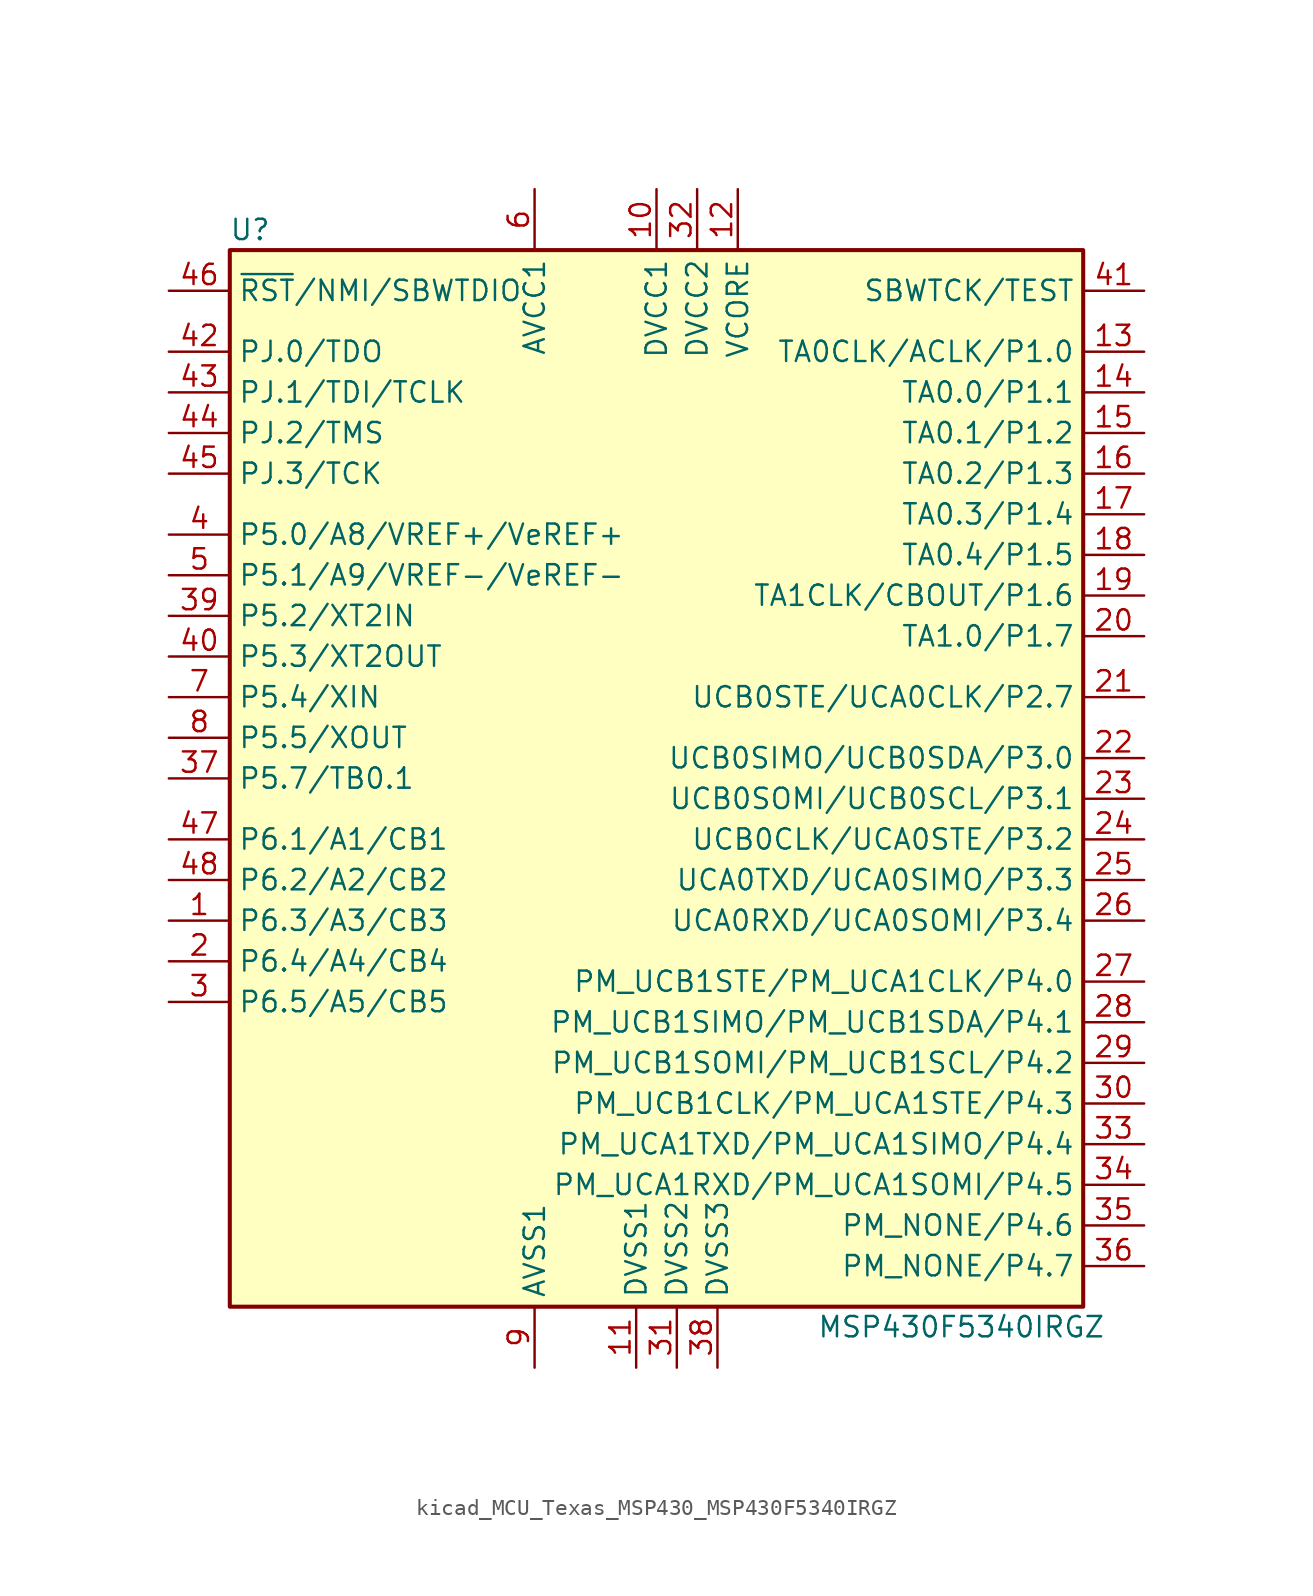
<source format=kicad_sym>
(kicad_symbol_lib
  (version 20220914)
  (generator kicad_symbol_editor)
  (symbol "kicad_MCU_Texas_MSP430_MSP430F5340IRGZ"
    (property "Reference" "U"
      (at -26.67 34.29 0)
      (effects (font (size 1.27 1.27))))
    (property "Value" "MSP430F5340IRGZ"
      (at 17.78 -34.29 0)
      (effects (font (size 1.27 1.27))))
    (symbol "kicad_MCU_Texas_MSP430_MSP430F5340IRGZ_0_1"
      (rectangle (start -27.94 33.02) (end 25.4 -33.02) (stroke (width 0.254) (type default)) (fill (type background))))
    (symbol "kicad_MCU_Texas_MSP430_MSP430F5340IRGZ_1_1"
      (pin bidirectional line (at -31.75 -8.89 0) (length 3.81) (name "P6.3/A3/CB3" (effects (font (size 1.27 1.27)))) (number "1" (effects (font (size 1.27 1.27)))))
      (pin power_in line (at -1.27 36.83 270) (length 3.81) (name "DVCC1" (effects (font (size 1.27 1.27)))) (number "10" (effects (font (size 1.27 1.27)))))
      (pin power_in line (at -2.54 -36.83 90) (length 3.81) (name "DVSS1" (effects (font (size 1.27 1.27)))) (number "11" (effects (font (size 1.27 1.27)))))
      (pin passive line (at 3.81 36.83 270) (length 3.81) (name "VCORE" (effects (font (size 1.27 1.27)))) (number "12" (effects (font (size 1.27 1.27)))))
      (pin bidirectional line (at 29.21 26.67 180) (length 3.81) (name "TA0CLK/ACLK/P1.0" (effects (font (size 1.27 1.27)))) (number "13" (effects (font (size 1.27 1.27)))))
      (pin bidirectional line (at 29.21 24.13 180) (length 3.81) (name "TA0.0/P1.1" (effects (font (size 1.27 1.27)))) (number "14" (effects (font (size 1.27 1.27)))))
      (pin bidirectional line (at 29.21 21.59 180) (length 3.81) (name "TA0.1/P1.2" (effects (font (size 1.27 1.27)))) (number "15" (effects (font (size 1.27 1.27)))))
      (pin bidirectional line (at 29.21 19.05 180) (length 3.81) (name "TA0.2/P1.3" (effects (font (size 1.27 1.27)))) (number "16" (effects (font (size 1.27 1.27)))))
      (pin bidirectional line (at 29.21 16.51 180) (length 3.81) (name "TA0.3/P1.4" (effects (font (size 1.27 1.27)))) (number "17" (effects (font (size 1.27 1.27)))))
      (pin bidirectional line (at 29.21 13.97 180) (length 3.81) (name "TA0.4/P1.5" (effects (font (size 1.27 1.27)))) (number "18" (effects (font (size 1.27 1.27)))))
      (pin bidirectional line (at 29.21 11.43 180) (length 3.81) (name "TA1CLK/CBOUT/P1.6" (effects (font (size 1.27 1.27)))) (number "19" (effects (font (size 1.27 1.27)))))
      (pin bidirectional line (at -31.75 -11.43 0) (length 3.81) (name "P6.4/A4/CB4" (effects (font (size 1.27 1.27)))) (number "2" (effects (font (size 1.27 1.27)))))
      (pin bidirectional line (at 29.21 8.89 180) (length 3.81) (name "TA1.0/P1.7" (effects (font (size 1.27 1.27)))) (number "20" (effects (font (size 1.27 1.27)))))
      (pin bidirectional line (at 29.21 5.08 180) (length 3.81) (name "UCB0STE/UCA0CLK/P2.7" (effects (font (size 1.27 1.27)))) (number "21" (effects (font (size 1.27 1.27)))))
      (pin bidirectional line (at 29.21 1.27 180) (length 3.81) (name "UCB0SIMO/UCB0SDA/P3.0" (effects (font (size 1.27 1.27)))) (number "22" (effects (font (size 1.27 1.27)))))
      (pin bidirectional line (at 29.21 -1.27 180) (length 3.81) (name "UCB0SOMI/UCB0SCL/P3.1" (effects (font (size 1.27 1.27)))) (number "23" (effects (font (size 1.27 1.27)))))
      (pin bidirectional line (at 29.21 -3.81 180) (length 3.81) (name "UCB0CLK/UCA0STE/P3.2" (effects (font (size 1.27 1.27)))) (number "24" (effects (font (size 1.27 1.27)))))
      (pin bidirectional line (at 29.21 -6.35 180) (length 3.81) (name "UCA0TXD/UCA0SIMO/P3.3" (effects (font (size 1.27 1.27)))) (number "25" (effects (font (size 1.27 1.27)))))
      (pin bidirectional line (at 29.21 -8.89 180) (length 3.81) (name "UCA0RXD/UCA0SOMI/P3.4" (effects (font (size 1.27 1.27)))) (number "26" (effects (font (size 1.27 1.27)))))
      (pin bidirectional line (at 29.21 -12.7 180) (length 3.81) (name "PM_UCB1STE/PM_UCA1CLK/P4.0" (effects (font (size 1.27 1.27)))) (number "27" (effects (font (size 1.27 1.27)))))
      (pin bidirectional line (at 29.21 -15.24 180) (length 3.81) (name "PM_UCB1SIMO/PM_UCB1SDA/P4.1" (effects (font (size 1.27 1.27)))) (number "28" (effects (font (size 1.27 1.27)))))
      (pin bidirectional line (at 29.21 -17.78 180) (length 3.81) (name "PM_UCB1SOMI/PM_UCB1SCL/P4.2" (effects (font (size 1.27 1.27)))) (number "29" (effects (font (size 1.27 1.27)))))
      (pin bidirectional line (at -31.75 -13.97 0) (length 3.81) (name "P6.5/A5/CB5" (effects (font (size 1.27 1.27)))) (number "3" (effects (font (size 1.27 1.27)))))
      (pin bidirectional line (at 29.21 -20.32 180) (length 3.81) (name "PM_UCB1CLK/PM_UCA1STE/P4.3" (effects (font (size 1.27 1.27)))) (number "30" (effects (font (size 1.27 1.27)))))
      (pin power_in line (at 0 -36.83 90) (length 3.81) (name "DVSS2" (effects (font (size 1.27 1.27)))) (number "31" (effects (font (size 1.27 1.27)))))
      (pin power_in line (at 1.27 36.83 270) (length 3.81) (name "DVCC2" (effects (font (size 1.27 1.27)))) (number "32" (effects (font (size 1.27 1.27)))))
      (pin bidirectional line (at 29.21 -22.86 180) (length 3.81) (name "PM_UCA1TXD/PM_UCA1SIMO/P4.4" (effects (font (size 1.27 1.27)))) (number "33" (effects (font (size 1.27 1.27)))))
      (pin bidirectional line (at 29.21 -25.4 180) (length 3.81) (name "PM_UCA1RXD/PM_UCA1SOMI/P4.5" (effects (font (size 1.27 1.27)))) (number "34" (effects (font (size 1.27 1.27)))))
      (pin bidirectional line (at 29.21 -27.94 180) (length 3.81) (name "PM_NONE/P4.6" (effects (font (size 1.27 1.27)))) (number "35" (effects (font (size 1.27 1.27)))))
      (pin bidirectional line (at 29.21 -30.48 180) (length 3.81) (name "PM_NONE/P4.7" (effects (font (size 1.27 1.27)))) (number "36" (effects (font (size 1.27 1.27)))))
      (pin bidirectional line (at -31.75 0 0) (length 3.81) (name "P5.7/TB0.1" (effects (font (size 1.27 1.27)))) (number "37" (effects (font (size 1.27 1.27)))))
      (pin power_in line (at 2.54 -36.83 90) (length 3.81) (name "DVSS3" (effects (font (size 1.27 1.27)))) (number "38" (effects (font (size 1.27 1.27)))))
      (pin bidirectional line (at -31.75 10.16 0) (length 3.81) (name "P5.2/XT2IN" (effects (font (size 1.27 1.27)))) (number "39" (effects (font (size 1.27 1.27)))))
      (pin bidirectional line (at -31.75 15.24 0) (length 3.81) (name "P5.0/A8/VREF+/VeREF+" (effects (font (size 1.27 1.27)))) (number "4" (effects (font (size 1.27 1.27)))))
      (pin bidirectional line (at -31.75 7.62 0) (length 3.81) (name "P5.3/XT2OUT" (effects (font (size 1.27 1.27)))) (number "40" (effects (font (size 1.27 1.27)))))
      (pin input line (at 29.21 30.48 180) (length 3.81) (name "SBWTCK/TEST" (effects (font (size 1.27 1.27)))) (number "41" (effects (font (size 1.27 1.27)))))
      (pin bidirectional line (at -31.75 26.67 0) (length 3.81) (name "PJ.0/TDO" (effects (font (size 1.27 1.27)))) (number "42" (effects (font (size 1.27 1.27)))))
      (pin bidirectional line (at -31.75 24.13 0) (length 3.81) (name "PJ.1/TDI/TCLK" (effects (font (size 1.27 1.27)))) (number "43" (effects (font (size 1.27 1.27)))))
      (pin bidirectional line (at -31.75 21.59 0) (length 3.81) (name "PJ.2/TMS" (effects (font (size 1.27 1.27)))) (number "44" (effects (font (size 1.27 1.27)))))
      (pin bidirectional line (at -31.75 19.05 0) (length 3.81) (name "PJ.3/TCK" (effects (font (size 1.27 1.27)))) (number "45" (effects (font (size 1.27 1.27)))))
      (pin input line (at -31.75 30.48 0) (length 3.81) (name "~{RST}/NMI/SBWTDIO" (effects (font (size 1.27 1.27)))) (number "46" (effects (font (size 1.27 1.27)))))
      (pin bidirectional line (at -31.75 -3.81 0) (length 3.81) (name "P6.1/A1/CB1" (effects (font (size 1.27 1.27)))) (number "47" (effects (font (size 1.27 1.27)))))
      (pin bidirectional line (at -31.75 -6.35 0) (length 3.81) (name "P6.2/A2/CB2" (effects (font (size 1.27 1.27)))) (number "48" (effects (font (size 1.27 1.27)))))
      (pin bidirectional line (at -31.75 12.7 0) (length 3.81) (name "P5.1/A9/VREF-/VeREF-" (effects (font (size 1.27 1.27)))) (number "5" (effects (font (size 1.27 1.27)))))
      (pin power_in line (at -8.89 36.83 270) (length 3.81) (name "AVCC1" (effects (font (size 1.27 1.27)))) (number "6" (effects (font (size 1.27 1.27)))))
      (pin bidirectional line (at -31.75 5.08 0) (length 3.81) (name "P5.4/XIN" (effects (font (size 1.27 1.27)))) (number "7" (effects (font (size 1.27 1.27)))))
      (pin bidirectional line (at -31.75 2.54 0) (length 3.81) (name "P5.5/XOUT" (effects (font (size 1.27 1.27)))) (number "8" (effects (font (size 1.27 1.27)))))
      (pin power_in line (at -8.89 -36.83 90) (length 3.81) (name "AVSS1" (effects (font (size 1.27 1.27)))) (number "9" (effects (font (size 1.27 1.27))))))))
</source>
